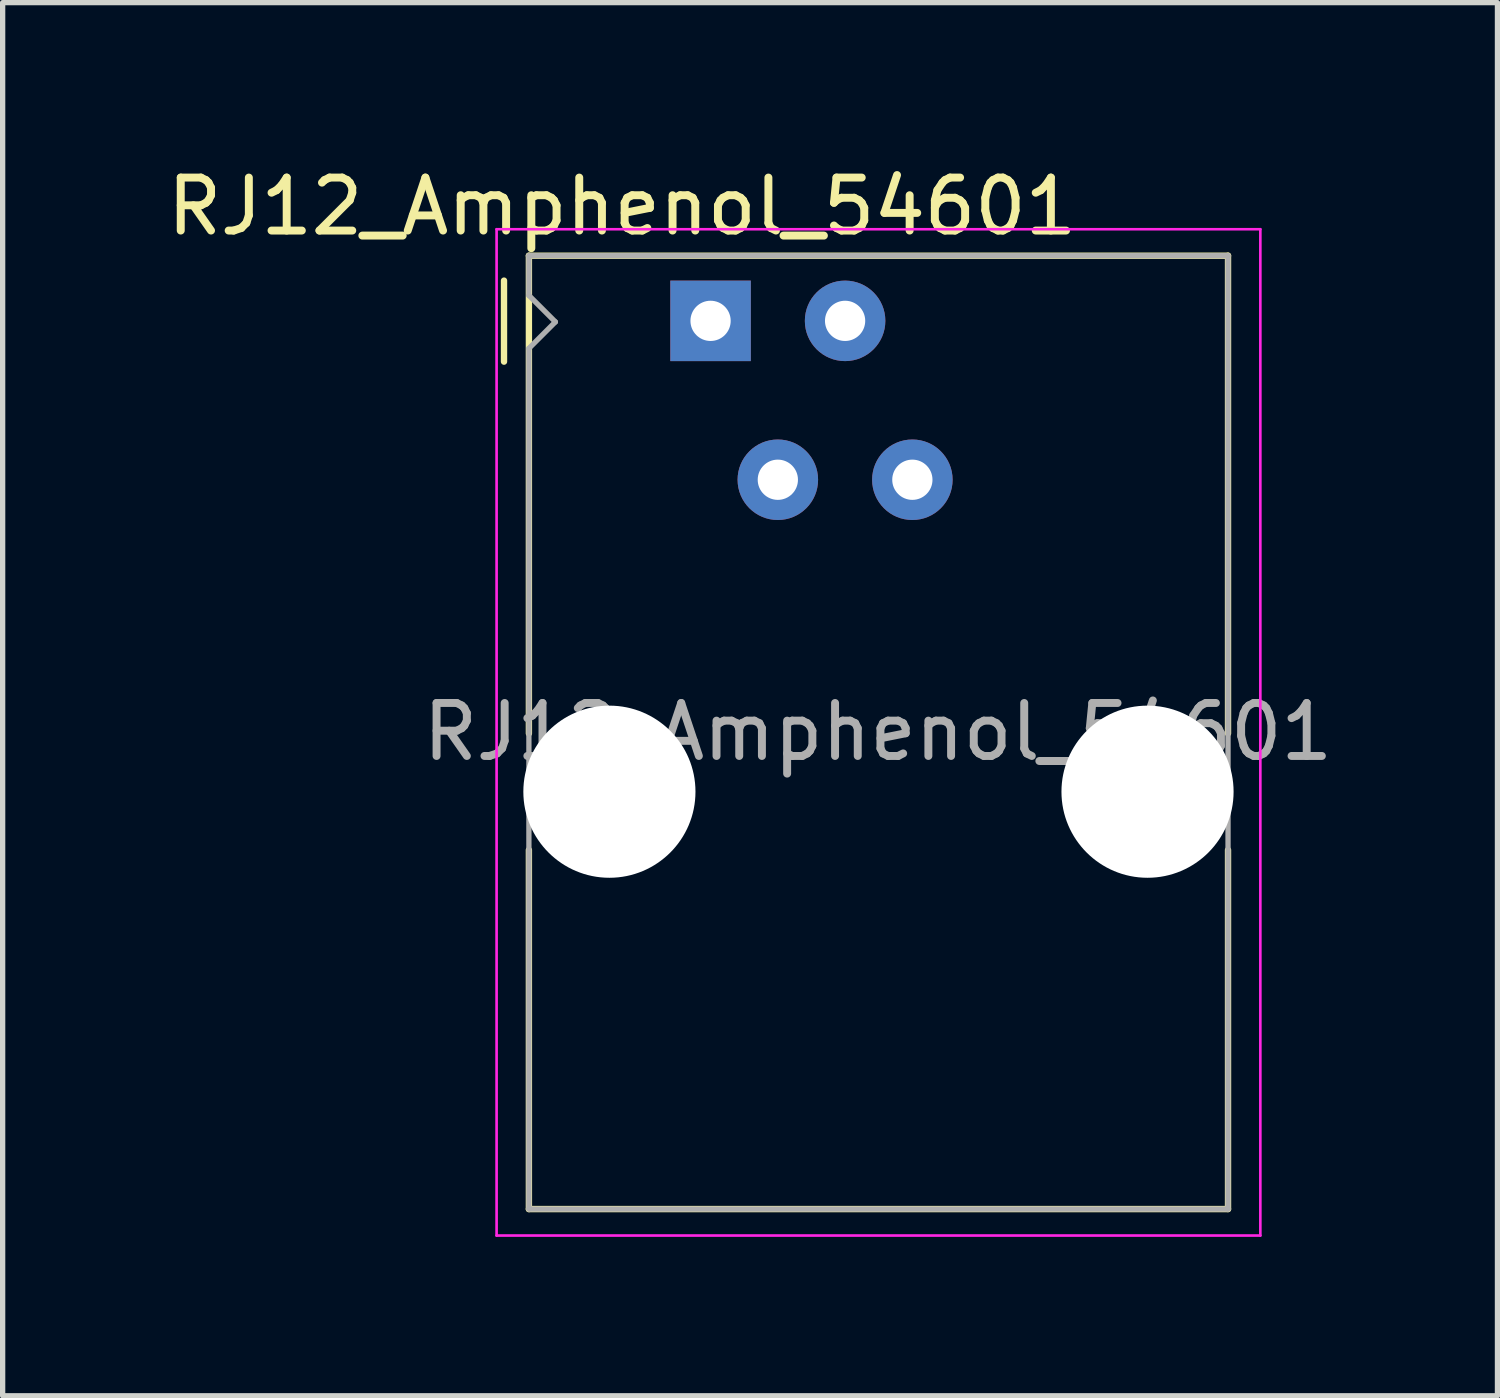
<source format=kicad_pcb>
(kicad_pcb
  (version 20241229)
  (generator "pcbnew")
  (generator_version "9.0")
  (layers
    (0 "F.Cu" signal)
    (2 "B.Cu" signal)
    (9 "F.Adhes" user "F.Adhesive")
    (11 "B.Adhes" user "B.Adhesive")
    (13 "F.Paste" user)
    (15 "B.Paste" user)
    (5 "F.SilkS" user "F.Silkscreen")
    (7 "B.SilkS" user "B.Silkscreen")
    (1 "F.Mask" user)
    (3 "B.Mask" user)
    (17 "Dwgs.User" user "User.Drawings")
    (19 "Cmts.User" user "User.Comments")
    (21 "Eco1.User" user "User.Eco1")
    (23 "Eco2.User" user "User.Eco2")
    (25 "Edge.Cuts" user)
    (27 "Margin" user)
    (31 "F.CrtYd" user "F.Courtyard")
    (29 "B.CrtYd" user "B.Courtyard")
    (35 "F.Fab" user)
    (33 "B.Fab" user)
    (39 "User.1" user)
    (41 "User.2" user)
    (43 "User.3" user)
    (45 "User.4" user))
  (footprint "RJ12_Amphenol_54601"
    (layer "F.Cu")
    (at 10.366 3.008)
    (property "Reference" "RJ12_Amphenol_54601" (at -1.67 -2.16 0) (layer "F.SilkS") (effects (font (size 1 1) (thickness 0.15))))
    (attr through_hole)
    (fp_line (start -3.9 0.77) (end -3.9 -0.76) (stroke (width 0.12) (type solid)) (layer "F.SilkS"))
    (fp_line (start -3.43 -1.23) (end 9.77 -1.23) (stroke (width 0.12) (type solid)) (layer "F.SilkS"))
    (fp_line (start -3.43 7.72) (end -3.43 7.79) (stroke (width 0.1) (type solid)) (layer "F.SilkS"))
    (fp_line (start -3.43 7.79) (end -3.43 -1.23) (stroke (width 0.12) (type solid)) (layer "F.SilkS"))
    (fp_line (start -3.43 16.77) (end -3.43 9.99) (stroke (width 0.12) (type solid)) (layer "F.SilkS"))
    (fp_line (start 9.77 -1.23) (end 9.77 7.79) (stroke (width 0.12) (type solid)) (layer "F.SilkS"))
    (fp_line (start 9.77 16.65) (end 9.77 16.77) (stroke (width 0.1) (type solid)) (layer "F.SilkS"))
    (fp_line (start 9.77 16.76) (end 9.77 16.77) (stroke (width 0.1) (type solid)) (layer "F.SilkS"))
    (fp_line (start 9.77 16.77) (end -3.43 16.77) (stroke (width 0.12) (type solid)) (layer "F.SilkS"))
    (fp_line (start 9.77 16.77) (end 9.77 9.99) (stroke (width 0.12) (type solid)) (layer "F.SilkS"))
    (fp_line (start -4.04 -1.73) (end 10.38 -1.73) (stroke (width 0.05) (type solid)) (layer "F.CrtYd"))
    (fp_line (start -4.04 17.27) (end -4.04 -1.73) (stroke (width 0.05) (type solid)) (layer "F.CrtYd"))
    (fp_line (start 10.38 -1.73) (end 10.38 17.27) (stroke (width 0.05) (type solid)) (layer "F.CrtYd"))
    (fp_line (start 10.38 17.27) (end -4.04 17.27) (stroke (width 0.05) (type solid)) (layer "F.CrtYd"))
    (fp_line (start -3.43 -1.23) (end 9.77 -1.23) (stroke (width 0.1) (type solid)) (layer "F.Fab"))
    (fp_line (start -3.43 -0.48) (end -3.43 -1.23) (stroke (width 0.1) (type solid)) (layer "F.Fab"))
    (fp_line (start -3.43 0.52) (end -2.93 0.02) (stroke (width 0.1) (type solid)) (layer "F.Fab"))
    (fp_line (start -3.43 16.77) (end -3.43 0.52) (stroke (width 0.1) (type solid)) (layer "F.Fab"))
    (fp_line (start -2.93 0.02) (end -3.43 -0.48) (stroke (width 0.1) (type solid)) (layer "F.Fab"))
    (fp_line (start 9.77 -1.23) (end 9.77 16.77) (stroke (width 0.1) (type solid)) (layer "F.Fab"))
    (fp_line (start 9.77 16.77) (end -3.43 16.77) (stroke (width 0.1) (type solid)) (layer "F.Fab"))
    (fp_text user "${REFERENCE}" (at 3.16 7.76 0) (layer "F.Fab") (effects (font (size 1 1) (thickness 0.15))))
    (pad "" np_thru_hole circle (at -1.91 8.89) (size 3.25 3.25) (drill 3.25) (layers "*.Cu" "*.Mask"))
    (pad "" np_thru_hole circle (at 8.25 8.89) (size 3.25 3.25) (drill 3.25) (layers "*.Cu" "*.Mask"))
    (pad "1" thru_hole rect (at 0 0) (size 1.52 1.52) (drill 0.76) (layers "*.Cu" "*.Mask"))
    (pad "2" thru_hole circle (at 1.27 3) (size 1.52 1.52) (drill 0.76) (layers "*.Cu" "*.Mask"))
    (pad "3" thru_hole circle (at 2.54 0) (size 1.52 1.52) (drill 0.76) (layers "*.Cu" "*.Mask"))
    (pad "4" thru_hole circle (at 3.81 3) (size 1.52 1.52) (drill 0.76) (layers "*.Cu" "*.Mask")))
  (gr_rect
    (start -3 -3)
    (end 25.223 23.303)
    (stroke (width 0.1) (type default))
    (fill no)
    (layer "Edge.Cuts")))
</source>
